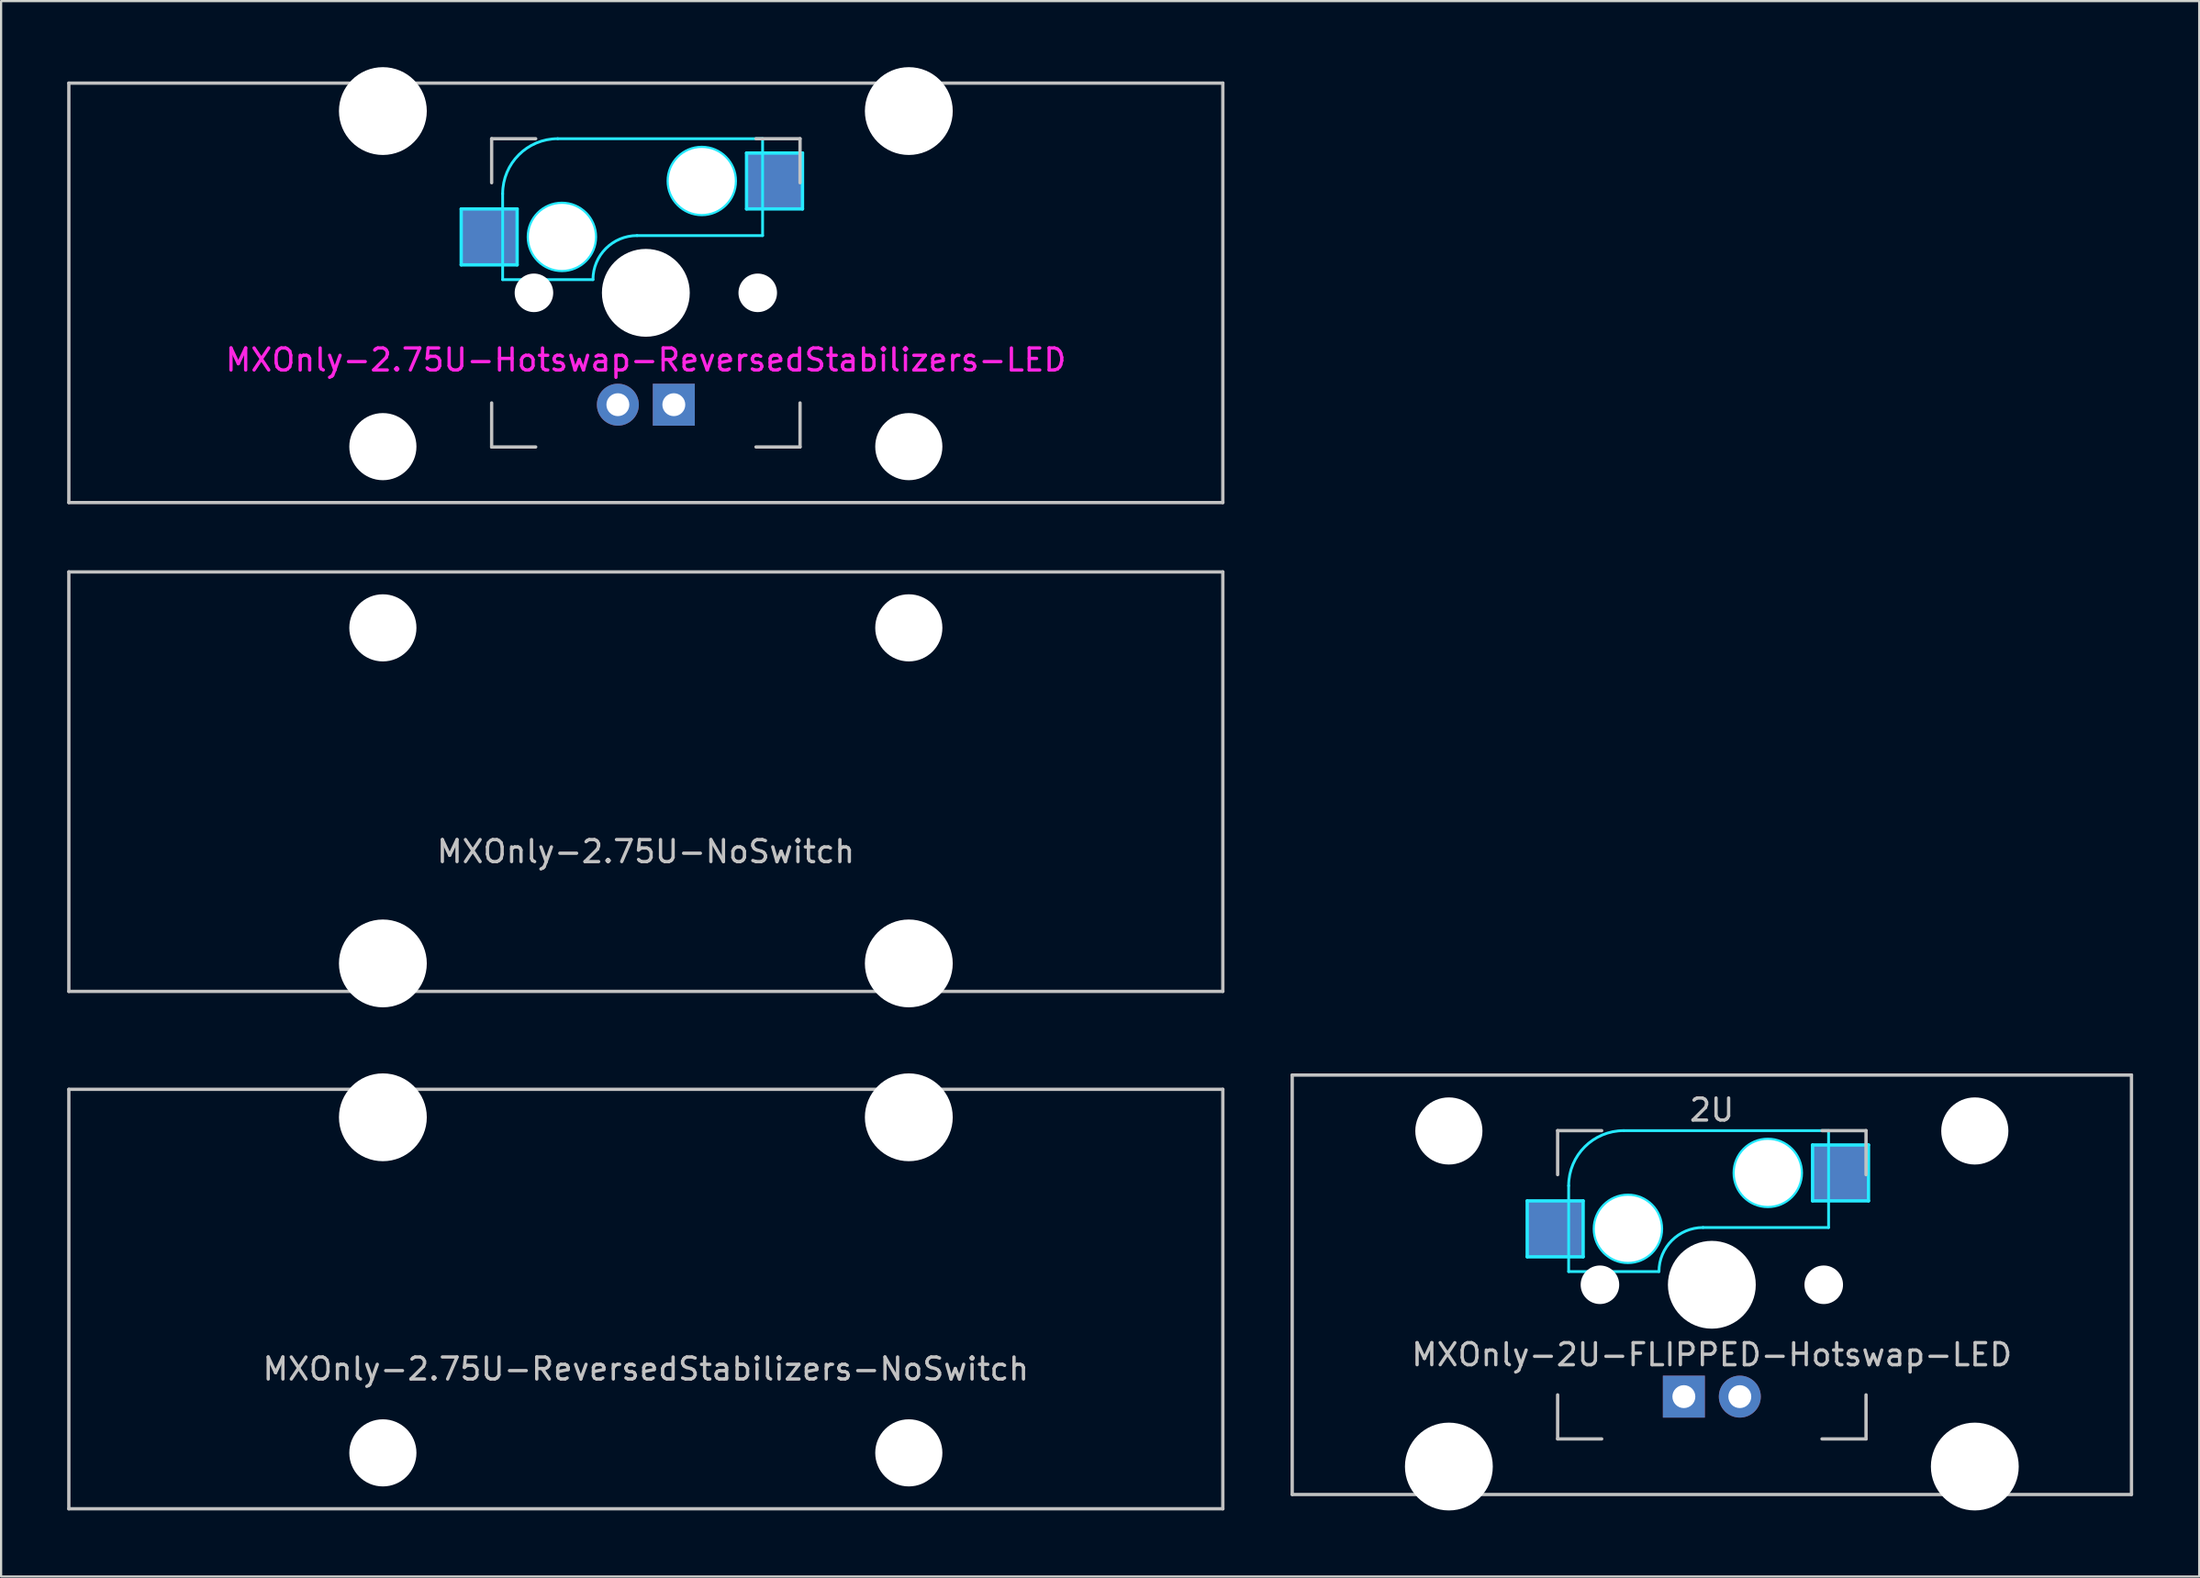
<source format=kicad_pcb>
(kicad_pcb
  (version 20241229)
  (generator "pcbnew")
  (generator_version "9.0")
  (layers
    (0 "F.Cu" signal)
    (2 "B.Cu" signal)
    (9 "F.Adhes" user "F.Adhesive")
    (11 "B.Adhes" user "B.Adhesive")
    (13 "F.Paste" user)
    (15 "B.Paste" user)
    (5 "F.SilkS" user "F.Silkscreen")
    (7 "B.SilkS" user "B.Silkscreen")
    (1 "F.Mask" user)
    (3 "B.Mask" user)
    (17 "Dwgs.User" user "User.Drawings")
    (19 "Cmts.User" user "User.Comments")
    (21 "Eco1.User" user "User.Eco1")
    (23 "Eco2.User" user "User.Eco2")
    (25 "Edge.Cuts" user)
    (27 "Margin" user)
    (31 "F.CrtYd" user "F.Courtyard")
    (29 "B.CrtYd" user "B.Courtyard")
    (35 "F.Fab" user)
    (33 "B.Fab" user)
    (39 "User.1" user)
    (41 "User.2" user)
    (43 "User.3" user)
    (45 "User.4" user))
  (footprint "MXOnly-2.75U-Hotswap-ReversedStabilizers-LED"
    (layer "F.Cu")
    (at 26.269 10.249)
    (property "Reference" "MXOnly-2.75U-Hotswap-ReversedStabilizers-LED" (at 0 3.048 0) (layer "F.CrtYd") (effects (font (size 1 1) (thickness 0.15))))
    (attr smd)
    (fp_line (start -26.194 -9.525) (end 26.194 -9.525) (stroke (width 0.15) (type solid)) (layer "Dwgs.User"))
    (fp_line (start -26.194 9.525) (end -26.194 -9.525) (stroke (width 0.15) (type solid)) (layer "Dwgs.User"))
    (fp_line (start -7 -7) (end -7 -5) (stroke (width 0.15) (type solid)) (layer "Dwgs.User"))
    (fp_line (start -7 5) (end -7 7) (stroke (width 0.15) (type solid)) (layer "Dwgs.User"))
    (fp_line (start -7 7) (end -5 7) (stroke (width 0.15) (type solid)) (layer "Dwgs.User"))
    (fp_line (start -5 -7) (end -7 -7) (stroke (width 0.15) (type solid)) (layer "Dwgs.User"))
    (fp_line (start 5 -7) (end 7 -7) (stroke (width 0.15) (type solid)) (layer "Dwgs.User"))
    (fp_line (start 5 7) (end 7 7) (stroke (width 0.15) (type solid)) (layer "Dwgs.User"))
    (fp_line (start 7 -7) (end 7 -5) (stroke (width 0.15) (type solid)) (layer "Dwgs.User"))
    (fp_line (start 7 7) (end 7 5) (stroke (width 0.15) (type solid)) (layer "Dwgs.User"))
    (fp_line (start 26.194 -9.525) (end 26.194 9.525) (stroke (width 0.15) (type solid)) (layer "Dwgs.User"))
    (fp_line (start 26.194 9.525) (end -26.194 9.525) (stroke (width 0.15) (type solid)) (layer "Dwgs.User"))
    (fp_line (start -8.382 -3.81) (end -5.842 -3.81) (stroke (width 0.15) (type solid)) (layer "B.CrtYd"))
    (fp_line (start -8.382 -1.27) (end -8.382 -3.81) (stroke (width 0.15) (type solid)) (layer "B.CrtYd"))
    (fp_line (start -6.5 -4.5) (end -6.5 -0.6) (stroke (width 0.127) (type solid)) (layer "B.CrtYd"))
    (fp_line (start -6.5 -0.6) (end -2.4 -0.6) (stroke (width 0.127) (type solid)) (layer "B.CrtYd"))
    (fp_line (start -5.842 -3.81) (end -5.842 -1.27) (stroke (width 0.15) (type solid)) (layer "B.CrtYd"))
    (fp_line (start -5.842 -1.27) (end -8.382 -1.27) (stroke (width 0.15) (type solid)) (layer "B.CrtYd"))
    (fp_line (start -0.4 -2.6) (end 5.3 -2.6) (stroke (width 0.127) (type solid)) (layer "B.CrtYd"))
    (fp_line (start 4.572 -6.35) (end 7.112 -6.35) (stroke (width 0.15) (type solid)) (layer "B.CrtYd"))
    (fp_line (start 4.572 -3.81) (end 4.572 -6.35) (stroke (width 0.15) (type solid)) (layer "B.CrtYd"))
    (fp_line (start 5.3 -7) (end -4 -7) (stroke (width 0.127) (type solid)) (layer "B.CrtYd"))
    (fp_line (start 5.3 -7) (end 5.3 -2.6) (stroke (width 0.127) (type solid)) (layer "B.CrtYd"))
    (fp_line (start 7.112 -6.35) (end 7.112 -3.81) (stroke (width 0.15) (type solid)) (layer "B.CrtYd"))
    (fp_line (start 7.112 -3.81) (end 4.572 -3.81) (stroke (width 0.15) (type solid)) (layer "B.CrtYd"))
    (fp_arc (start -6.5 -4.5) (mid -5.767767 -6.267767) (end -4 -7) (stroke (width 0.127) (type solid)) (layer "B.CrtYd"))
    (fp_arc (start -2.4 -0.6) (mid -1.814214 -2.014214) (end -0.4 -2.6) (stroke (width 0.127) (type solid)) (layer "B.CrtYd"))
    (fp_circle (center -3.81 -2.54) (end -3.81 -4.064) (stroke (width 0.15) (type solid)) (fill no) (layer "B.CrtYd"))
    (fp_circle (center 2.54 -5.08) (end 2.54 -6.604) (stroke (width 0.15) (type solid)) (fill no) (layer "B.CrtYd"))
    (pad "" np_thru_hole circle (at -11.938 -8.255) (size 3.988 3.988) (drill 3.988) (layers "*.Cu" "*.Mask"))
    (pad "" np_thru_hole circle (at -11.938 6.985) (size 3.048 3.048) (drill 3.048) (layers "*.Cu" "*.Mask"))
    (pad "" np_thru_hole circle (at -5.08 0 48.1) (size 1.75 1.75) (drill 1.75) (layers "*.Cu" "*.Mask"))
    (pad "" np_thru_hole circle (at -3.81 -2.54) (size 3 3) (drill 3) (layers "*.Cu" "*.Mask"))
    (pad "" np_thru_hole circle (at 0 0) (size 3.988 3.988) (drill 3.988) (layers "*.Cu" "*.Mask"))
    (pad "" np_thru_hole circle (at 2.54 -5.08) (size 3 3) (drill 3) (layers "*.Cu" "*.Mask"))
    (pad "" np_thru_hole circle (at 5.08 0 48.1) (size 1.75 1.75) (drill 1.75) (layers "*.Cu" "*.Mask"))
    (pad "" np_thru_hole circle (at 11.938 -8.255) (size 3.988 3.988) (drill 3.988) (layers "*.Cu" "*.Mask"))
    (pad "" np_thru_hole circle (at 11.938 6.985) (size 3.048 3.048) (drill 3.048) (layers "*.Cu" "*.Mask"))
    (pad "1" smd rect (at -7.085 -2.54) (size 2.55 2.5) (layers "B.Cu" "B.Mask" "B.Paste"))
    (pad "2" smd rect (at 5.842 -5.08) (size 2.55 2.5) (layers "B.Cu" "B.Mask" "B.Paste"))
    (pad "3" thru_hole circle (at -1.27 5.08) (size 1.905 1.905) (drill 1.04) (layers "*.Cu" "B.Mask"))
    (pad "4" thru_hole rect (at 1.27 5.08) (size 1.905 1.905) (drill 1.04) (layers "*.Cu" "B.Mask")))
  (footprint "MXOnly-2.75U-ReversedStabilizers-NoSwitch"
    (layer "F.Cu")
    (at 26.269 55.947)
    (property "Reference" "MXOnly-2.75U-ReversedStabilizers-NoSwitch" (at 0 3.175 0) (layer "Dwgs.User") (effects (font (size 1 1) (thickness 0.15))))
    (attr through_hole)
    (fp_line (start -26.194 -9.525) (end 26.194 -9.525) (stroke (width 0.15) (type solid)) (layer "Dwgs.User"))
    (fp_line (start -26.194 9.525) (end -26.194 -9.525) (stroke (width 0.15) (type solid)) (layer "Dwgs.User"))
    (fp_line (start -26.194 9.525) (end 26.194 9.525) (stroke (width 0.15) (type solid)) (layer "Dwgs.User"))
    (fp_line (start 26.194 -9.525) (end 26.194 9.525) (stroke (width 0.15) (type solid)) (layer "Dwgs.User"))
    (pad "" np_thru_hole circle (at -11.938 -8.255) (size 3.988 3.988) (drill 3.988) (layers "*.Cu" "*.Mask"))
    (pad "" np_thru_hole circle (at -11.938 6.985) (size 3.048 3.048) (drill 3.048) (layers "*.Cu" "*.Mask"))
    (pad "" np_thru_hole circle (at 11.938 -8.255) (size 3.988 3.988) (drill 3.988) (layers "*.Cu" "*.Mask"))
    (pad "" np_thru_hole circle (at 11.938 6.985) (size 3.048 3.048) (drill 3.048) (layers "*.Cu" "*.Mask")))
  (footprint "MXOnly-2.75U-NoSwitch"
    (layer "F.Cu")
    (at 26.269 32.449)
    (property "Reference" "MXOnly-2.75U-NoSwitch" (at 0 3.175 0) (layer "Dwgs.User") (effects (font (size 1 1) (thickness 0.15))))
    (attr through_hole)
    (fp_line (start -26.194 -9.525) (end 26.194 -9.525) (stroke (width 0.15) (type solid)) (layer "Dwgs.User"))
    (fp_line (start -26.194 9.525) (end -26.194 -9.525) (stroke (width 0.15) (type solid)) (layer "Dwgs.User"))
    (fp_line (start -26.194 9.525) (end 26.194 9.525) (stroke (width 0.15) (type solid)) (layer "Dwgs.User"))
    (fp_line (start 26.194 -9.525) (end 26.194 9.525) (stroke (width 0.15) (type solid)) (layer "Dwgs.User"))
    (pad "" np_thru_hole circle (at -11.938 -6.985) (size 3.048 3.048) (drill 3.048) (layers "*.Cu" "*.Mask"))
    (pad "" np_thru_hole circle (at -11.938 8.255) (size 3.988 3.988) (drill 3.988) (layers "*.Cu" "*.Mask"))
    (pad "" np_thru_hole circle (at 11.938 -6.985) (size 3.048 3.048) (drill 3.048) (layers "*.Cu" "*.Mask"))
    (pad "" np_thru_hole circle (at 11.938 8.255) (size 3.988 3.988) (drill 3.988) (layers "*.Cu" "*.Mask")))
  (footprint "MXOnly-2U-FLIPPED-Hotswap-LED"
    (layer "F.Cu")
    (at 74.662 55.298)
    (property "Reference" "MXOnly-2U-FLIPPED-Hotswap-LED" (at 0 3.175 0) (layer "Dwgs.User") (effects (font (size 1 1) (thickness 0.15))))
    (attr through_hole)
    (fp_line (start -19.05 -9.525) (end 19.05 -9.525) (stroke (width 0.15) (type solid)) (layer "Dwgs.User"))
    (fp_line (start -19.05 9.525) (end -19.05 -9.525) (stroke (width 0.15) (type solid)) (layer "Dwgs.User"))
    (fp_line (start -7 -7) (end -7 -5) (stroke (width 0.15) (type solid)) (layer "Dwgs.User"))
    (fp_line (start -7 5) (end -7 7) (stroke (width 0.15) (type solid)) (layer "Dwgs.User"))
    (fp_line (start -7 7) (end -5 7) (stroke (width 0.15) (type solid)) (layer "Dwgs.User"))
    (fp_line (start -5 -7) (end -7 -7) (stroke (width 0.15) (type solid)) (layer "Dwgs.User"))
    (fp_line (start 5 -7) (end 7 -7) (stroke (width 0.15) (type solid)) (layer "Dwgs.User"))
    (fp_line (start 5 7) (end 7 7) (stroke (width 0.15) (type solid)) (layer "Dwgs.User"))
    (fp_line (start 7 -7) (end 7 -5) (stroke (width 0.15) (type solid)) (layer "Dwgs.User"))
    (fp_line (start 7 7) (end 7 5) (stroke (width 0.15) (type solid)) (layer "Dwgs.User"))
    (fp_line (start 19.05 -9.525) (end 19.05 9.525) (stroke (width 0.15) (type solid)) (layer "Dwgs.User"))
    (fp_line (start 19.05 9.525) (end -19.05 9.525) (stroke (width 0.15) (type solid)) (layer "Dwgs.User"))
    (fp_line (start -8.382 -3.81) (end -5.842 -3.81) (stroke (width 0.15) (type solid)) (layer "B.CrtYd"))
    (fp_line (start -8.382 -1.27) (end -8.382 -3.81) (stroke (width 0.15) (type solid)) (layer "B.CrtYd"))
    (fp_line (start -6.5 -4.5) (end -6.5 -0.6) (stroke (width 0.127) (type solid)) (layer "B.CrtYd"))
    (fp_line (start -6.5 -0.6) (end -2.4 -0.6) (stroke (width 0.127) (type solid)) (layer "B.CrtYd"))
    (fp_line (start -5.842 -3.81) (end -5.842 -1.27) (stroke (width 0.15) (type solid)) (layer "B.CrtYd"))
    (fp_line (start -5.842 -1.27) (end -8.382 -1.27) (stroke (width 0.15) (type solid)) (layer "B.CrtYd"))
    (fp_line (start -0.4 -2.6) (end 5.3 -2.6) (stroke (width 0.127) (type solid)) (layer "B.CrtYd"))
    (fp_line (start 4.572 -6.35) (end 7.112 -6.35) (stroke (width 0.15) (type solid)) (layer "B.CrtYd"))
    (fp_line (start 4.572 -3.81) (end 4.572 -6.35) (stroke (width 0.15) (type solid)) (layer "B.CrtYd"))
    (fp_line (start 5.3 -7) (end -4 -7) (stroke (width 0.127) (type solid)) (layer "B.CrtYd"))
    (fp_line (start 5.3 -7) (end 5.3 -2.6) (stroke (width 0.127) (type solid)) (layer "B.CrtYd"))
    (fp_line (start 7.112 -6.35) (end 7.112 -3.81) (stroke (width 0.15) (type solid)) (layer "B.CrtYd"))
    (fp_line (start 7.112 -3.81) (end 4.572 -3.81) (stroke (width 0.15) (type solid)) (layer "B.CrtYd"))
    (fp_arc (start -6.5 -4.5) (mid -5.767767 -6.267767) (end -4 -7) (stroke (width 0.127) (type solid)) (layer "B.CrtYd"))
    (fp_arc (start -2.4 -0.6) (mid -1.814214 -2.014214) (end -0.4 -2.6) (stroke (width 0.127) (type solid)) (layer "B.CrtYd"))
    (fp_circle (center -3.81 -2.54) (end -3.81 -4.064) (stroke (width 0.15) (type solid)) (fill no) (layer "B.CrtYd"))
    (fp_circle (center 2.54 -5.08) (end 2.54 -6.604) (stroke (width 0.15) (type solid)) (fill no) (layer "B.CrtYd"))
    (fp_text user "2U" (at 0 -7.938 0) (layer "Dwgs.User") (effects (font (size 1 1) (thickness 0.15))))
    (pad "" np_thru_hole circle (at -11.938 -6.985) (size 3.048 3.048) (drill 3.048) (layers "*.Cu" "*.Mask"))
    (pad "" np_thru_hole circle (at -11.938 8.255) (size 3.988 3.988) (drill 3.988) (layers "*.Cu" "*.Mask"))
    (pad "" np_thru_hole circle (at -5.08 0 48.1) (size 1.75 1.75) (drill 1.75) (layers "*.Cu" "*.Mask"))
    (pad "" np_thru_hole circle (at -3.81 -2.54) (size 3 3) (drill 3) (layers "*.Cu" "*.Mask"))
    (pad "" np_thru_hole circle (at 0 0) (size 3.988 3.988) (drill 3.988) (layers "*.Cu" "*.Mask"))
    (pad "" np_thru_hole circle (at 2.54 -5.08) (size 3 3) (drill 3) (layers "*.Cu" "*.Mask"))
    (pad "" np_thru_hole circle (at 5.08 0 48.1) (size 1.75 1.75) (drill 1.75) (layers "*.Cu" "*.Mask"))
    (pad "" np_thru_hole circle (at 11.938 -6.985) (size 3.048 3.048) (drill 3.048) (layers "*.Cu" "*.Mask"))
    (pad "" np_thru_hole circle (at 11.938 8.255) (size 3.988 3.988) (drill 3.988) (layers "*.Cu" "*.Mask"))
    (pad "1" smd rect (at -7.085 -2.54) (size 2.55 2.5) (layers "B.Cu" "B.Mask" "B.Paste"))
    (pad "2" smd rect (at 5.842 -5.08) (size 2.55 2.5) (layers "B.Cu" "B.Mask" "B.Paste"))
    (pad "3" thru_hole circle (at 1.27 5.08) (size 1.905 1.905) (drill 1.04) (layers "*.Cu" "B.Mask"))
    (pad "4" thru_hole rect (at -1.27 5.08) (size 1.905 1.905) (drill 1.04) (layers "*.Cu" "B.Mask")))
  (gr_rect
    (start -3 -3)
    (end 96.787 68.547)
    (stroke (width 0.1) (type default))
    (fill no)
    (layer "Edge.Cuts")))
</source>
